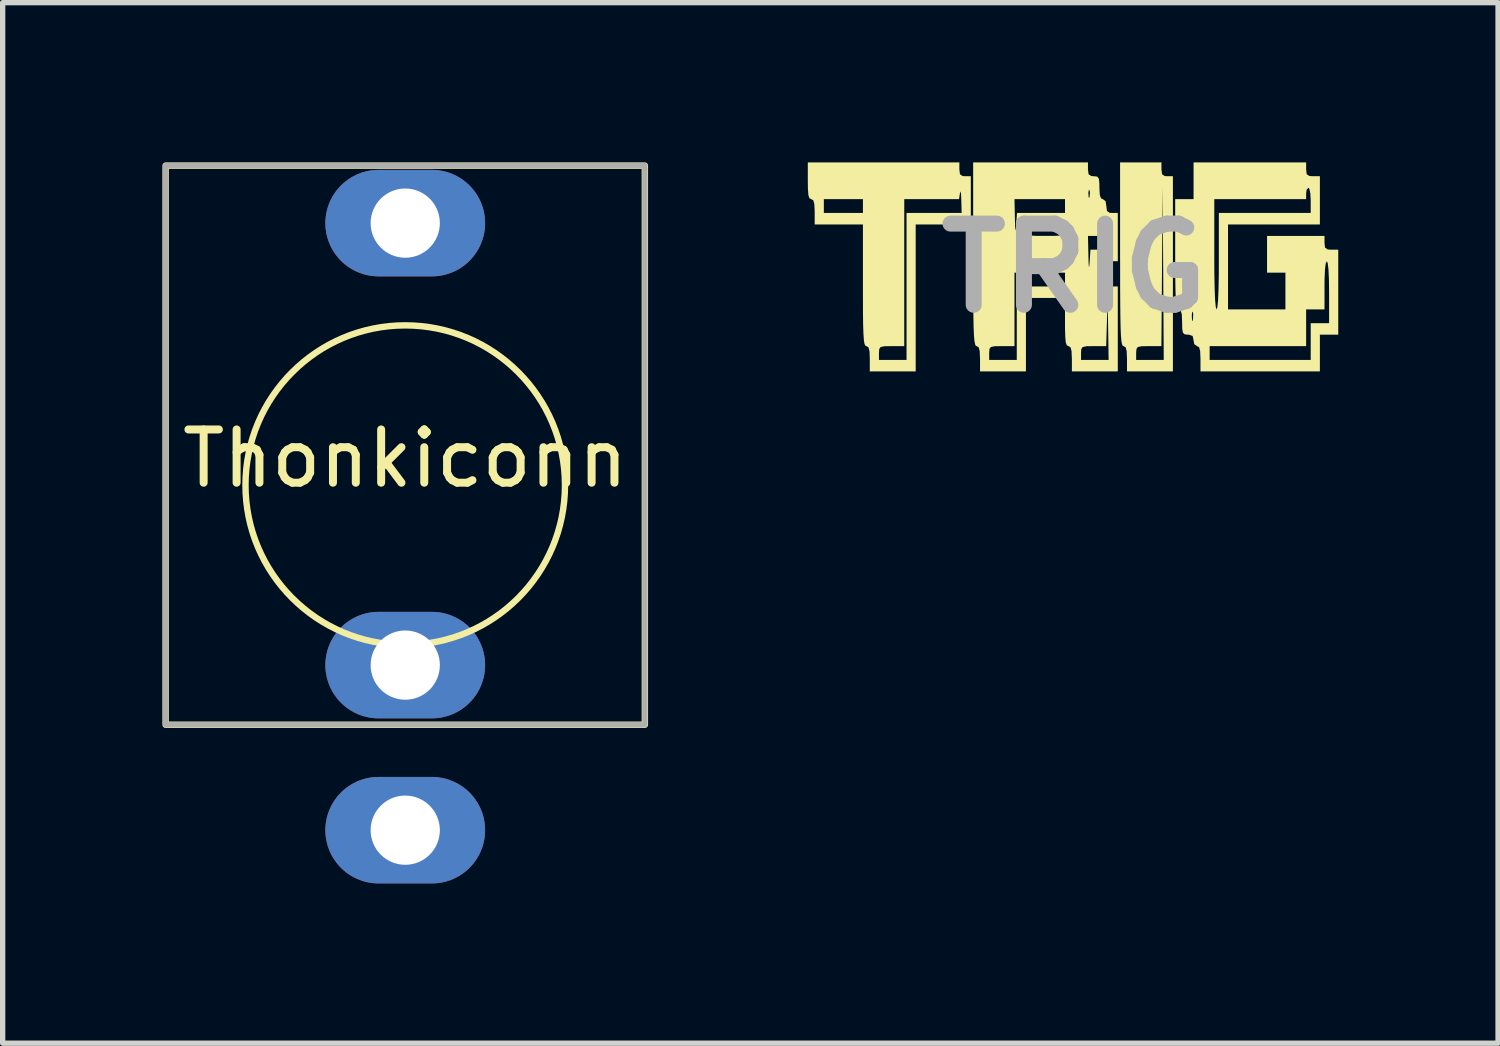
<source format=kicad_pcb>
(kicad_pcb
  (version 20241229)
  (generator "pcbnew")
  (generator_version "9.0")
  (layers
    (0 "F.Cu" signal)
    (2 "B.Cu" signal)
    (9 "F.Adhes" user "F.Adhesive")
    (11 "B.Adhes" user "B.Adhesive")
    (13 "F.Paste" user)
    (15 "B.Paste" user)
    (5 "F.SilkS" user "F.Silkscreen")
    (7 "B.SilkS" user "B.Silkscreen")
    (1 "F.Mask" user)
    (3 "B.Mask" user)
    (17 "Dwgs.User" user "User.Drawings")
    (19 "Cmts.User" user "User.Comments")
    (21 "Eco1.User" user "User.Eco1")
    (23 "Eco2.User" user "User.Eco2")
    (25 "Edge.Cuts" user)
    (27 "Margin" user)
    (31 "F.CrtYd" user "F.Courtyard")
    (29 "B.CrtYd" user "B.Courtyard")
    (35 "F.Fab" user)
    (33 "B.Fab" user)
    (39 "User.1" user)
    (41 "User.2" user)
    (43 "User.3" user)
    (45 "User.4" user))
  (footprint "TRIG"
    (layer "F.Cu")
    (at 17.122 1.984)
    (property "Reference" "TRIG" (at 0 0 0) (layer "F.Fab") (effects (font (size 1.524 1.524) (thickness 0.3))))
    (attr board_only exclude_from_pos_files exclude_from_bom)
    (fp_poly (pts (xy 1.639 -1.854) (xy 1.65 -1.762) (xy 1.7 -1.728) (xy 1.747 -1.725) (xy 1.854 -1.725) (xy 1.854 1.941) (xy 0.992 1.941) (xy 0.992 1.703) (xy 0.987 1.594) (xy 1.164 1.594) (xy 1.164 1.725) (xy 1.682 1.725) (xy 1.672 0.097) (xy 1.661 -1.531) (xy 1.65 -0.032) (xy 1.638 1.466) (xy 1.401 1.466) (xy 1.266 1.468) (xy 1.195 1.483) (xy 1.169 1.521) (xy 1.164 1.594) (xy 0.987 1.594) (xy 0.986 1.56) (xy 0.966 1.487) (xy 0.927 1.466) (xy 0.911 1.458) (xy 0.897 1.427) (xy 0.887 1.366) (xy 0.878 1.267) (xy 0.872 1.124) (xy 0.868 0.928) (xy 0.865 0.671) (xy 0.863 0.347) (xy 0.863 -0.052) (xy 0.862 -0.259) (xy 0.862 -1.984) (xy 1.639 -1.984)) (stroke (width 0) (type solid)) (fill yes) (layer "F.SilkS"))
    (fp_poly (pts (xy -2.156 -1.854) (xy -2.145 -1.762) (xy -2.095 -1.728) (xy -2.048 -1.725) (xy -1.941 -1.725) (xy -1.941 -0.819) (xy -2.976 -0.819) (xy -2.976 1.941) (xy -3.838 1.941) (xy -3.838 1.703) (xy -3.842 1.594) (xy -3.666 1.594) (xy -3.666 1.725) (xy -3.148 1.725) (xy -3.148 -1.035) (xy -2.113 -1.035) (xy -2.12 -1.283) (xy -2.125 -1.393) (xy -2.134 -1.439) (xy -2.144 -1.412) (xy -2.162 -1.294) (xy -3.191 -1.294) (xy -3.191 1.466) (xy -3.428 1.466) (xy -3.564 1.468) (xy -3.635 1.483) (xy -3.661 1.521) (xy -3.666 1.594) (xy -3.842 1.594) (xy -3.844 1.56) (xy -3.864 1.487) (xy -3.903 1.466) (xy -3.922 1.457) (xy -3.938 1.422) (xy -3.949 1.352) (xy -3.957 1.239) (xy -3.963 1.072) (xy -3.966 0.844) (xy -3.967 0.544) (xy -3.967 0.323) (xy -3.967 -0.819) (xy -4.873 -0.819) (xy -4.873 -1.057) (xy -4.879 -1.2) (xy -4.899 -1.273) (xy -4.938 -1.294) (xy -4.701 -1.294) (xy -4.701 -1.035) (xy -3.967 -1.035) (xy -3.967 -1.294) (xy -4.701 -1.294) (xy -4.938 -1.294) (xy -4.971 -1.31) (xy -4.991 -1.369) (xy -5 -1.486) (xy -5.002 -1.639) (xy -5.002 -1.984) (xy -2.156 -1.984)) (stroke (width 0) (type solid)) (fill yes) (layer "F.SilkS"))
    (fp_poly (pts (xy 4.356 -1.854) (xy 4.366 -1.763) (xy 4.417 -1.729) (xy 4.485 -1.725) (xy 4.614 -1.725) (xy 4.614 -0.819) (xy 2.889 -0.819) (xy 2.889 0.776) (xy 3.967 0.776) (xy 3.967 0.086) (xy 3.622 0.086) (xy 3.622 -0.604) (xy 4.701 -0.604) (xy 4.701 -0.474) (xy 4.711 -0.383) (xy 4.762 -0.349) (xy 4.83 -0.345) (xy 4.959 -0.345) (xy 4.959 1.251) (xy 4.614 1.251) (xy 4.614 1.941) (xy 2.372 1.941) (xy 2.372 1.703) (xy 2.366 1.56) (xy 2.346 1.487) (xy 2.307 1.466) (xy 2.544 1.466) (xy 2.544 1.725) (xy 4.442 1.725) (xy 4.442 1.035) (xy 4.787 1.035) (xy 4.787 0.453) (xy 4.784 0.207) (xy 4.775 0.022) (xy 4.761 -0.093) (xy 4.744 -0.129) (xy 4.724 -0.088) (xy 4.71 0.027) (xy 4.702 0.206) (xy 4.701 0.323) (xy 4.701 0.776) (xy 4.356 0.776) (xy 4.356 1.466) (xy 2.544 1.466) (xy 2.307 1.466) (xy 2.255 1.429) (xy 2.242 1.358) (xy 2.225 1.276) (xy 2.155 1.251) (xy 2.135 1.251) (xy 2.073 1.244) (xy 2.041 1.212) (xy 2.029 1.132) (xy 2.027 1.013) (xy 2.022 0.906) (xy 2.209 0.906) (xy 2.214 0.984) (xy 2.225 0.993) (xy 2.229 0.981) (xy 2.236 0.872) (xy 2.229 0.83) (xy 2.217 0.817) (xy 2.21 0.876) (xy 2.209 0.906) (xy 2.022 0.906) (xy 2.021 0.87) (xy 2.001 0.797) (xy 1.962 0.776) (xy 1.942 0.766) (xy 1.926 0.73) (xy 1.914 0.658) (xy 1.906 0.541) (xy 1.901 0.368) (xy 1.898 0.13) (xy 1.897 -0.182) (xy 1.897 -0.259) (xy 1.897 -1.294) (xy 2.242 -1.294) (xy 2.631 -1.294) (xy 2.631 -0.259) (xy 2.632 0.096) (xy 2.638 0.381) (xy 2.646 0.592) (xy 2.658 0.725) (xy 2.672 0.776) (xy 2.674 0.776) (xy 2.689 0.734) (xy 2.702 0.61) (xy 2.71 0.409) (xy 2.716 0.137) (xy 2.717 -0.129) (xy 2.717 -1.035) (xy 4.442 -1.035) (xy 4.442 -1.272) (xy 4.435 -1.402) (xy 4.416 -1.488) (xy 4.399 -1.509) (xy 4.366 -1.472) (xy 4.356 -1.402) (xy 4.356 -1.294) (xy 2.631 -1.294) (xy 2.242 -1.294) (xy 2.242 -1.984) (xy 4.356 -1.984)) (stroke (width 0) (type solid)) (fill yes) (layer "F.SilkS"))
    (fp_poly (pts (xy 0.259 -1.854) (xy 0.27 -1.762) (xy 0.32 -1.728) (xy 0.367 -1.725) (xy 0.431 -1.718) (xy 0.462 -1.682) (xy 0.473 -1.596) (xy 0.474 -1.509) (xy 0.481 -1.374) (xy 0.505 -1.308) (xy 0.539 -1.294) (xy 0.59 -1.255) (xy 0.604 -1.164) (xy 0.615 -1.072) (xy 0.665 -1.038) (xy 0.712 -1.035) (xy 0.819 -1.035) (xy 0.819 -0.129) (xy 0.647 -0.129) (xy 0.536 -0.123) (xy 0.486 -0.096) (xy 0.474 -0.031) (xy 0.474 -0.022) (xy 0.497 0.065) (xy 0.539 0.086) (xy 0.59 0.125) (xy 0.604 0.216) (xy 0.615 0.308) (xy 0.665 0.342) (xy 0.712 0.345) (xy 0.819 0.345) (xy 0.819 1.941) (xy -0.043 1.941) (xy -0.043 1.703) (xy -0.048 1.595) (xy 0.129 1.595) (xy 0.129 1.725) (xy 0.647 1.725) (xy 0.638 1.132) (xy 0.634 0.9) (xy 0.631 0.751) (xy 0.628 0.682) (xy 0.625 0.691) (xy 0.622 0.775) (xy 0.617 0.931) (xy 0.615 1.003) (xy 0.601 1.466) (xy 0.365 1.466) (xy 0.23 1.468) (xy 0.16 1.483) (xy 0.133 1.521) (xy 0.129 1.595) (xy -0.048 1.595) (xy -0.049 1.56) (xy -0.069 1.487) (xy -0.108 1.466) (xy -0.137 1.452) (xy -0.157 1.401) (xy -0.167 1.3) (xy -0.172 1.133) (xy -0.172 1.013) (xy -0.172 0.561) (xy -0.906 0.561) (xy -0.906 1.941) (xy -1.768 1.941) (xy -1.768 1.703) (xy -1.773 1.594) (xy -1.596 1.594) (xy -1.596 1.725) (xy -1.078 1.725) (xy -1.078 0.345) (xy -0.172 0.345) (xy -0.172 0.086) (xy -1.121 0.086) (xy -1.121 1.466) (xy -1.358 1.466) (xy -1.494 1.468) (xy -1.565 1.483) (xy -1.591 1.521) (xy -1.596 1.594) (xy -1.773 1.594) (xy -1.774 1.56) (xy -1.794 1.487) (xy -1.833 1.466) (xy -1.849 1.458) (xy -1.862 1.427) (xy -1.873 1.366) (xy -1.882 1.267) (xy -1.888 1.124) (xy -1.892 0.928) (xy -1.895 0.671) (xy -1.897 0.347) (xy -1.897 -0.052) (xy -1.897 -0.259) (xy -1.897 -1.294) (xy -1.121 -1.294) (xy -1.113 -0.938) (xy -1.109 -0.783) (xy -1.104 -0.711) (xy -1.103 -0.712) (xy -0.906 -0.712) (xy -0.902 -0.659) (xy -0.881 -0.627) (xy -0.824 -0.611) (xy -0.715 -0.605) (xy -0.539 -0.604) (xy 0.259 -0.604) (xy 0.267 -0.248) (xy 0.271 -0.093) (xy 0.276 -0.021) (xy 0.283 -0.031) (xy 0.291 -0.118) (xy 0.291 -0.119) (xy 0.306 -0.345) (xy 0.647 -0.345) (xy 0.64 -0.593) (xy 0.635 -0.703) (xy 0.625 -0.749) (xy 0.616 -0.722) (xy 0.594 -0.645) (xy 0.543 -0.611) (xy 0.435 -0.604) (xy 0.428 -0.604) (xy 0.259 -0.604) (xy -0.539 -0.604) (xy -0.362 -0.605) (xy -0.253 -0.611) (xy -0.197 -0.628) (xy -0.176 -0.66) (xy -0.172 -0.712) (xy -0.176 -0.764) (xy -0.197 -0.796) (xy -0.254 -0.812) (xy -0.363 -0.818) (xy -0.539 -0.819) (xy -0.717 -0.818) (xy -0.825 -0.812) (xy -0.881 -0.795) (xy -0.902 -0.763) (xy -0.906 -0.712) (xy -1.103 -0.712) (xy -1.097 -0.721) (xy -1.089 -0.808) (xy -1.089 -0.809) (xy -1.074 -1.035) (xy -0.172 -1.035) (xy -0.172 -1.294) (xy -1.121 -1.294) (xy -1.897 -1.294) (xy -1.897 -1.402) (xy 0.267 -1.402) (xy 0.272 -1.328) (xy 0.285 -1.321) (xy 0.287 -1.325) (xy 0.296 -1.411) (xy 0.289 -1.455) (xy 0.275 -1.472) (xy 0.267 -1.415) (xy 0.267 -1.402) (xy -1.897 -1.402) (xy -1.897 -1.984) (xy 0.259 -1.984)) (stroke (width 0) (type solid)) (fill yes) (layer "F.SilkS")))
  (footprint "Thonkiconn"
    (layer "F.Cu")
    (at 4.56 6.06)
    (property "Reference" "Thonkiconn" (at 0 -0.5 0) (unlocked yes) (layer "F.SilkS") (effects (font (size 1 1) (thickness 0.15))))
    (fp_rect (start -4.5 -6) (end 4.5 4.5) (stroke (width 0.12) (type solid)) (fill no) (layer "F.SilkS"))
    (fp_circle (center 0 0) (end 3 0) (stroke (width 0.12) (type solid)) (fill no) (layer "F.SilkS"))
    (fp_rect (start -4.5 -6) (end 4.5 4.5) (stroke (width 0.1) (type solid)) (fill no) (layer "F.Fab"))
    (pad "1" thru_hole oval (at 0 6.48) (size 3 2) (drill 1.3) (layers "*.Cu" "*.Mask"))
    (pad "2" thru_hole oval (at 0 3.38) (size 3 2) (drill 1.3) (layers "*.Cu" "*.Mask"))
    (pad "3" thru_hole oval (at 0 -4.92) (size 3 2) (drill 1.3) (layers "*.Cu" "*.Mask")))
  (gr_rect
    (start -3 -3)
    (end 25.082 16.54)
    (stroke (width 0.1) (type default))
    (fill no)
    (layer "Edge.Cuts")))
</source>
